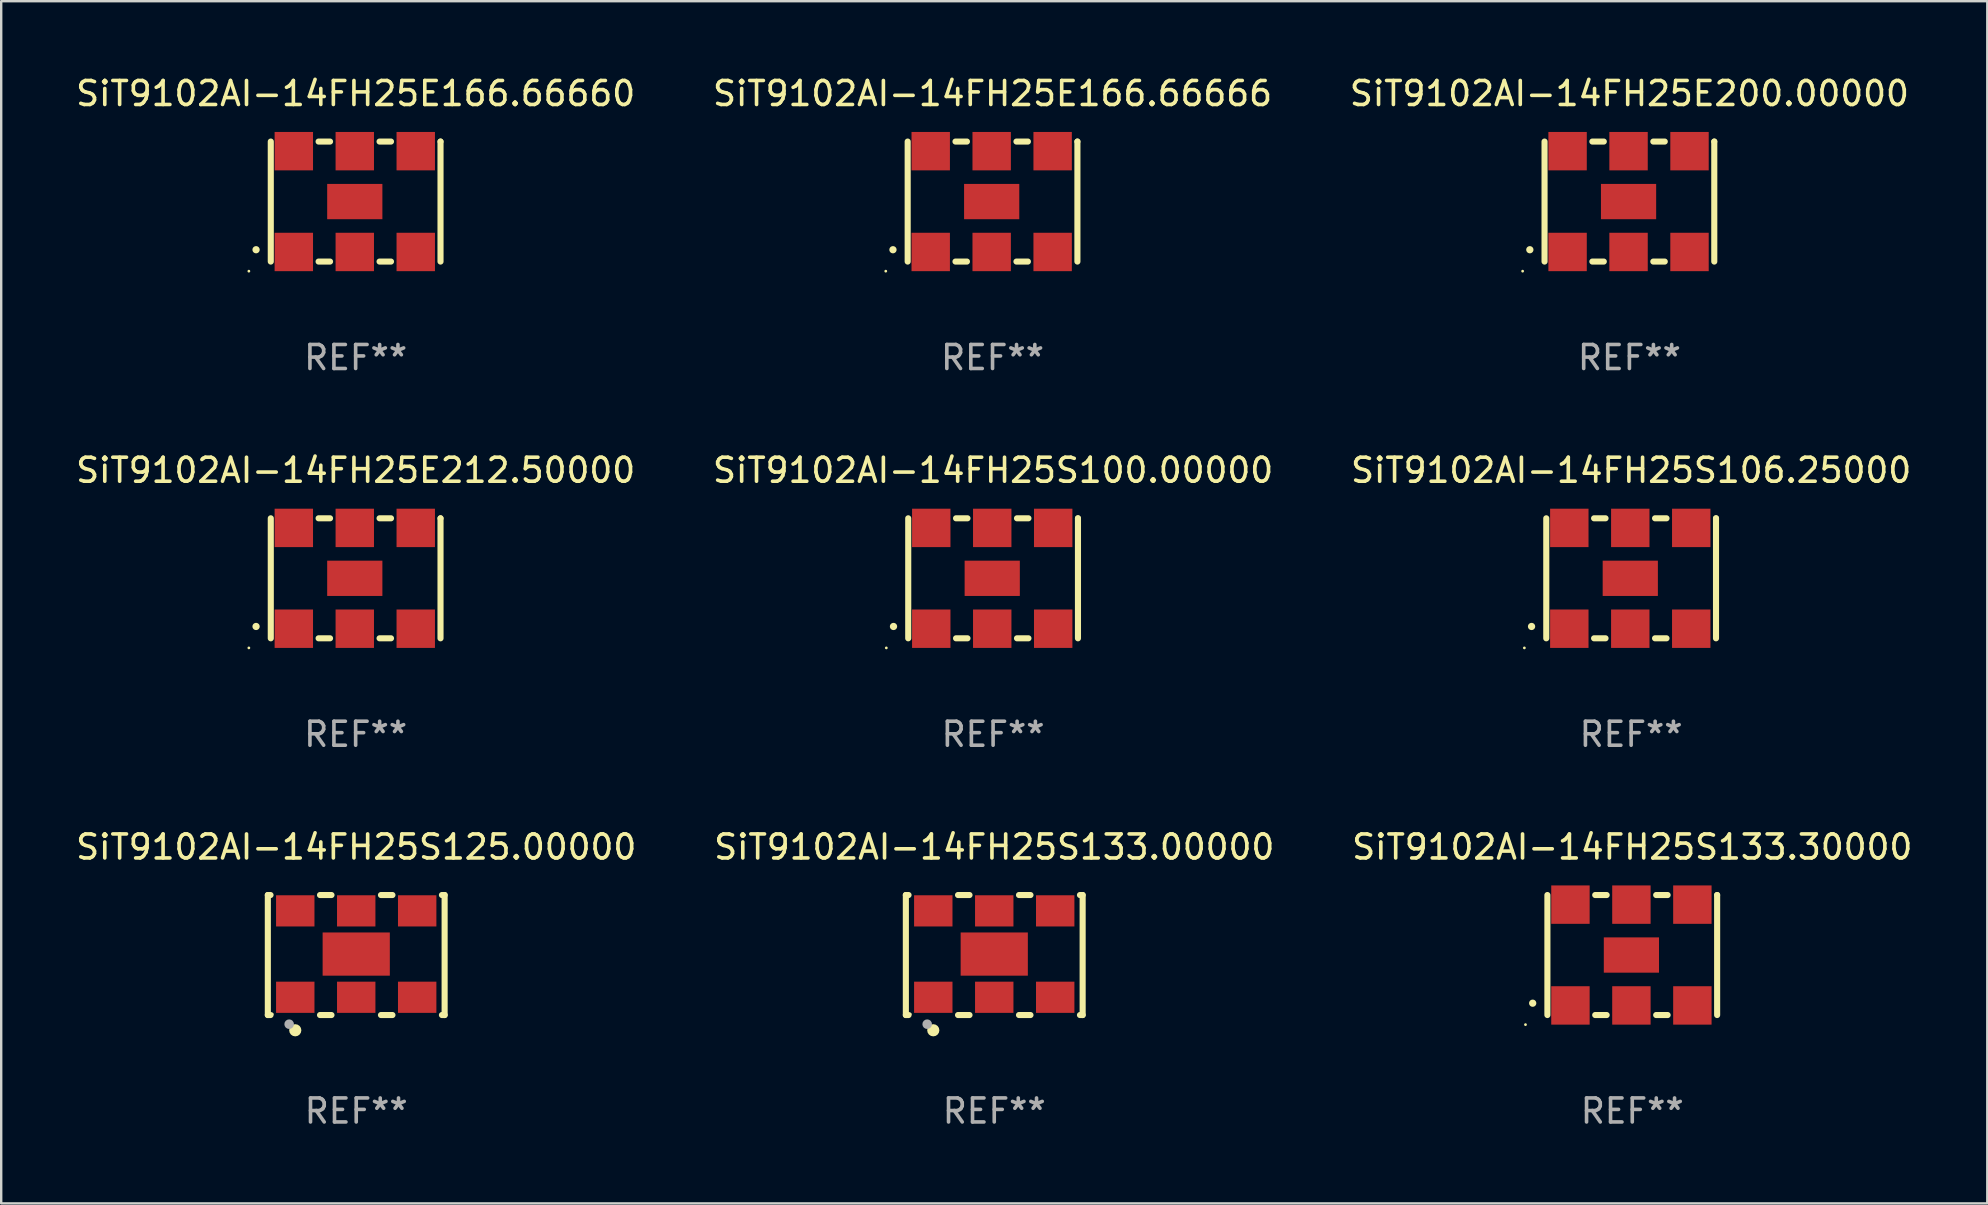
<source format=kicad_pcb>
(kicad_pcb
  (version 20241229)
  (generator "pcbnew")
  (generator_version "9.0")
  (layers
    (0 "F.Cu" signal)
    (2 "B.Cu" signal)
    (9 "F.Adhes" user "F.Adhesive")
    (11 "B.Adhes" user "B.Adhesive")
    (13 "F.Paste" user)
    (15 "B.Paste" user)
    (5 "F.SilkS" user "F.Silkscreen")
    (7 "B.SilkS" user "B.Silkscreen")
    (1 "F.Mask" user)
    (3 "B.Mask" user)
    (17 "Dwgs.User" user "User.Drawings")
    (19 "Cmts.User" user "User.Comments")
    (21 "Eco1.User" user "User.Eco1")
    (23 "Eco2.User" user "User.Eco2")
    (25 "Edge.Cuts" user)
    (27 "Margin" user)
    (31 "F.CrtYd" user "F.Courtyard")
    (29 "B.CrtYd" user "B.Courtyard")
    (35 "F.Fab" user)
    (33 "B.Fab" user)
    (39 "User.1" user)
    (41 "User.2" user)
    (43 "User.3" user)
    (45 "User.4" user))
  (footprint "SiT9102AI-14FH25S106.25000"
    (layer "F.Cu")
    (at 64.911 21.045)
    (property "Reference" "SiT9102AI-14FH25S106.25000" (at 0 -4.5 0) (layer "F.SilkS") (effects (font (size 1 1) (thickness 0.15))))
    (attr through_hole)
    (fp_line (start -3.536 -2.5) (end -3.536 2.5) (stroke (width 0.254) (type solid)) (layer "F.SilkS"))
    (fp_line (start -1.544 2.5) (end -1.067 2.5) (stroke (width 0.254) (type solid)) (layer "F.SilkS"))
    (fp_line (start -1.067 -2.5) (end -1.544 -2.5) (stroke (width 0.254) (type solid)) (layer "F.SilkS"))
    (fp_line (start 0.996 2.5) (end 1.473 2.5) (stroke (width 0.254) (type solid)) (layer "F.SilkS"))
    (fp_line (start 1.473 -2.5) (end 0.996 -2.5) (stroke (width 0.254) (type solid)) (layer "F.SilkS"))
    (fp_line (start 3.536 -2.5) (end 3.536 -2.5) (stroke (width 0.254) (type solid)) (layer "F.SilkS"))
    (fp_line (start 3.536 2.5) (end 3.536 -2.5) (stroke (width 0.254) (type solid)) (layer "F.SilkS"))
    (fp_arc (start -4.150432 2.006604) (mid -4.149162 2.006599) (end -4.147892 2.006604) (stroke (width 0.3) (type solid)) (layer "F.SilkS"))
    (fp_circle (center -4.449 2.9) (end -4.419 2.9) (stroke (width 0.06) (type solid)) (fill no) (layer "F.SilkS"))
    (fp_text user "REF**" (at 0 6.5 0) (layer "F.Fab") (effects (font (size 1 1) (thickness 0.15))))
    (pad "1" smd rect (at -2.576 2.1) (size 1.6 1.6) (layers "F.Cu" "F.Mask" "F.Paste"))
    (pad "2" smd rect (at -0.036 2.1) (size 1.6 1.6) (layers "F.Cu" "F.Mask" "F.Paste"))
    (pad "3" smd rect (at 2.504 2.1) (size 1.6 1.6) (layers "F.Cu" "F.Mask" "F.Paste"))
    (pad "4" smd rect (at 2.504 -2.1) (size 1.6 1.6) (layers "F.Cu" "F.Mask" "F.Paste"))
    (pad "5" smd rect (at -0.036 -2.1) (size 1.6 1.6) (layers "F.Cu" "F.Mask" "F.Paste"))
    (pad "6" smd rect (at -2.576 -2.1) (size 1.6 1.6) (layers "F.Cu" "F.Mask" "F.Paste"))
    (pad "7" smd rect (at -0.036 0) (size 2.3 1.47) (layers "F.Cu" "F.Mask" "F.Paste")))
  (footprint "SiT9102AI-14FH25E166.66660"
    (layer "F.Cu")
    (at 11.768 5.348)
    (property "Reference" "SiT9102AI-14FH25E166.66660" (at 0 -4.5 0) (layer "F.SilkS") (effects (font (size 1 1) (thickness 0.15))))
    (attr through_hole)
    (fp_line (start -3.536 -2.5) (end -3.536 2.5) (stroke (width 0.254) (type solid)) (layer "F.SilkS"))
    (fp_line (start -1.544 2.5) (end -1.067 2.5) (stroke (width 0.254) (type solid)) (layer "F.SilkS"))
    (fp_line (start -1.067 -2.5) (end -1.544 -2.5) (stroke (width 0.254) (type solid)) (layer "F.SilkS"))
    (fp_line (start 0.996 2.5) (end 1.473 2.5) (stroke (width 0.254) (type solid)) (layer "F.SilkS"))
    (fp_line (start 1.473 -2.5) (end 0.996 -2.5) (stroke (width 0.254) (type solid)) (layer "F.SilkS"))
    (fp_line (start 3.536 -2.5) (end 3.536 -2.5) (stroke (width 0.254) (type solid)) (layer "F.SilkS"))
    (fp_line (start 3.536 2.5) (end 3.536 -2.5) (stroke (width 0.254) (type solid)) (layer "F.SilkS"))
    (fp_arc (start -4.150432 2.006604) (mid -4.149162 2.006599) (end -4.147892 2.006604) (stroke (width 0.3) (type solid)) (layer "F.SilkS"))
    (fp_circle (center -4.449 2.9) (end -4.419 2.9) (stroke (width 0.06) (type solid)) (fill no) (layer "F.SilkS"))
    (fp_text user "REF**" (at 0 6.5 0) (layer "F.Fab") (effects (font (size 1 1) (thickness 0.15))))
    (pad "1" smd rect (at -2.576 2.1) (size 1.6 1.6) (layers "F.Cu" "F.Mask" "F.Paste"))
    (pad "2" smd rect (at -0.036 2.1) (size 1.6 1.6) (layers "F.Cu" "F.Mask" "F.Paste"))
    (pad "3" smd rect (at 2.504 2.1) (size 1.6 1.6) (layers "F.Cu" "F.Mask" "F.Paste"))
    (pad "4" smd rect (at 2.504 -2.1) (size 1.6 1.6) (layers "F.Cu" "F.Mask" "F.Paste"))
    (pad "5" smd rect (at -0.036 -2.1) (size 1.6 1.6) (layers "F.Cu" "F.Mask" "F.Paste"))
    (pad "6" smd rect (at -2.576 -2.1) (size 1.6 1.6) (layers "F.Cu" "F.Mask" "F.Paste"))
    (pad "7" smd rect (at -0.036 0) (size 2.3 1.47) (layers "F.Cu" "F.Mask" "F.Paste")))
  (footprint "SiT9102AI-14FH25E200.00000"
    (layer "F.Cu")
    (at 64.839 5.348)
    (property "Reference" "SiT9102AI-14FH25E200.00000" (at 0 -4.5 0) (layer "F.SilkS") (effects (font (size 1 1) (thickness 0.15))))
    (attr through_hole)
    (fp_line (start -3.536 -2.5) (end -3.536 2.5) (stroke (width 0.254) (type solid)) (layer "F.SilkS"))
    (fp_line (start -1.544 2.5) (end -1.067 2.5) (stroke (width 0.254) (type solid)) (layer "F.SilkS"))
    (fp_line (start -1.067 -2.5) (end -1.544 -2.5) (stroke (width 0.254) (type solid)) (layer "F.SilkS"))
    (fp_line (start 0.996 2.5) (end 1.473 2.5) (stroke (width 0.254) (type solid)) (layer "F.SilkS"))
    (fp_line (start 1.473 -2.5) (end 0.996 -2.5) (stroke (width 0.254) (type solid)) (layer "F.SilkS"))
    (fp_line (start 3.536 -2.5) (end 3.536 -2.5) (stroke (width 0.254) (type solid)) (layer "F.SilkS"))
    (fp_line (start 3.536 2.5) (end 3.536 -2.5) (stroke (width 0.254) (type solid)) (layer "F.SilkS"))
    (fp_arc (start -4.150432 2.006604) (mid -4.149162 2.006599) (end -4.147892 2.006604) (stroke (width 0.3) (type solid)) (layer "F.SilkS"))
    (fp_circle (center -4.449 2.9) (end -4.419 2.9) (stroke (width 0.06) (type solid)) (fill no) (layer "F.SilkS"))
    (fp_text user "REF**" (at 0 6.5 0) (layer "F.Fab") (effects (font (size 1 1) (thickness 0.15))))
    (pad "1" smd rect (at -2.576 2.1) (size 1.6 1.6) (layers "F.Cu" "F.Mask" "F.Paste"))
    (pad "2" smd rect (at -0.036 2.1) (size 1.6 1.6) (layers "F.Cu" "F.Mask" "F.Paste"))
    (pad "3" smd rect (at 2.504 2.1) (size 1.6 1.6) (layers "F.Cu" "F.Mask" "F.Paste"))
    (pad "4" smd rect (at 2.504 -2.1) (size 1.6 1.6) (layers "F.Cu" "F.Mask" "F.Paste"))
    (pad "5" smd rect (at -0.036 -2.1) (size 1.6 1.6) (layers "F.Cu" "F.Mask" "F.Paste"))
    (pad "6" smd rect (at -2.576 -2.1) (size 1.6 1.6) (layers "F.Cu" "F.Mask" "F.Paste"))
    (pad "7" smd rect (at -0.036 0) (size 2.3 1.47) (layers "F.Cu" "F.Mask" "F.Paste")))
  (footprint "SiT9102AI-14FH25E212.50000"
    (layer "F.Cu")
    (at 11.768 21.045)
    (property "Reference" "SiT9102AI-14FH25E212.50000" (at 0 -4.5 0) (layer "F.SilkS") (effects (font (size 1 1) (thickness 0.15))))
    (attr through_hole)
    (fp_line (start -3.536 -2.5) (end -3.536 2.5) (stroke (width 0.254) (type solid)) (layer "F.SilkS"))
    (fp_line (start -1.544 2.5) (end -1.067 2.5) (stroke (width 0.254) (type solid)) (layer "F.SilkS"))
    (fp_line (start -1.067 -2.5) (end -1.544 -2.5) (stroke (width 0.254) (type solid)) (layer "F.SilkS"))
    (fp_line (start 0.996 2.5) (end 1.473 2.5) (stroke (width 0.254) (type solid)) (layer "F.SilkS"))
    (fp_line (start 1.473 -2.5) (end 0.996 -2.5) (stroke (width 0.254) (type solid)) (layer "F.SilkS"))
    (fp_line (start 3.536 -2.5) (end 3.536 -2.5) (stroke (width 0.254) (type solid)) (layer "F.SilkS"))
    (fp_line (start 3.536 2.5) (end 3.536 -2.5) (stroke (width 0.254) (type solid)) (layer "F.SilkS"))
    (fp_arc (start -4.150432 2.006604) (mid -4.149162 2.006599) (end -4.147892 2.006604) (stroke (width 0.3) (type solid)) (layer "F.SilkS"))
    (fp_circle (center -4.449 2.9) (end -4.419 2.9) (stroke (width 0.06) (type solid)) (fill no) (layer "F.SilkS"))
    (fp_text user "REF**" (at 0 6.5 0) (layer "F.Fab") (effects (font (size 1 1) (thickness 0.15))))
    (pad "1" smd rect (at -2.576 2.1) (size 1.6 1.6) (layers "F.Cu" "F.Mask" "F.Paste"))
    (pad "2" smd rect (at -0.036 2.1) (size 1.6 1.6) (layers "F.Cu" "F.Mask" "F.Paste"))
    (pad "3" smd rect (at 2.504 2.1) (size 1.6 1.6) (layers "F.Cu" "F.Mask" "F.Paste"))
    (pad "4" smd rect (at 2.504 -2.1) (size 1.6 1.6) (layers "F.Cu" "F.Mask" "F.Paste"))
    (pad "5" smd rect (at -0.036 -2.1) (size 1.6 1.6) (layers "F.Cu" "F.Mask" "F.Paste"))
    (pad "6" smd rect (at -2.576 -2.1) (size 1.6 1.6) (layers "F.Cu" "F.Mask" "F.Paste"))
    (pad "7" smd rect (at -0.036 0) (size 2.3 1.47) (layers "F.Cu" "F.Mask" "F.Paste")))
  (footprint "SiT9102AI-14FH25S100.00000"
    (layer "F.Cu")
    (at 38.327 21.045)
    (property "Reference" "SiT9102AI-14FH25S100.00000" (at 0 -4.5 0) (layer "F.SilkS") (effects (font (size 1 1) (thickness 0.15))))
    (attr through_hole)
    (fp_line (start -3.536 -2.5) (end -3.536 2.5) (stroke (width 0.254) (type solid)) (layer "F.SilkS"))
    (fp_line (start -1.544 2.5) (end -1.067 2.5) (stroke (width 0.254) (type solid)) (layer "F.SilkS"))
    (fp_line (start -1.067 -2.5) (end -1.544 -2.5) (stroke (width 0.254) (type solid)) (layer "F.SilkS"))
    (fp_line (start 0.996 2.5) (end 1.473 2.5) (stroke (width 0.254) (type solid)) (layer "F.SilkS"))
    (fp_line (start 1.473 -2.5) (end 0.996 -2.5) (stroke (width 0.254) (type solid)) (layer "F.SilkS"))
    (fp_line (start 3.536 -2.5) (end 3.536 -2.5) (stroke (width 0.254) (type solid)) (layer "F.SilkS"))
    (fp_line (start 3.536 2.5) (end 3.536 -2.5) (stroke (width 0.254) (type solid)) (layer "F.SilkS"))
    (fp_arc (start -4.150432 2.006604) (mid -4.149162 2.006599) (end -4.147892 2.006604) (stroke (width 0.3) (type solid)) (layer "F.SilkS"))
    (fp_circle (center -4.449 2.9) (end -4.419 2.9) (stroke (width 0.06) (type solid)) (fill no) (layer "F.SilkS"))
    (fp_text user "REF**" (at 0 6.5 0) (layer "F.Fab") (effects (font (size 1 1) (thickness 0.15))))
    (pad "1" smd rect (at -2.576 2.1) (size 1.6 1.6) (layers "F.Cu" "F.Mask" "F.Paste"))
    (pad "2" smd rect (at -0.036 2.1) (size 1.6 1.6) (layers "F.Cu" "F.Mask" "F.Paste"))
    (pad "3" smd rect (at 2.504 2.1) (size 1.6 1.6) (layers "F.Cu" "F.Mask" "F.Paste"))
    (pad "4" smd rect (at 2.504 -2.1) (size 1.6 1.6) (layers "F.Cu" "F.Mask" "F.Paste"))
    (pad "5" smd rect (at -0.036 -2.1) (size 1.6 1.6) (layers "F.Cu" "F.Mask" "F.Paste"))
    (pad "6" smd rect (at -2.576 -2.1) (size 1.6 1.6) (layers "F.Cu" "F.Mask" "F.Paste"))
    (pad "7" smd rect (at -0.036 0) (size 2.3 1.47) (layers "F.Cu" "F.Mask" "F.Paste")))
  (footprint "SiT9102AI-14FH25S133.30000"
    (layer "F.Cu")
    (at 64.958 36.741)
    (property "Reference" "SiT9102AI-14FH25S133.30000" (at 0 -4.5 0) (layer "F.SilkS") (effects (font (size 1 1) (thickness 0.15))))
    (attr through_hole)
    (fp_line (start -3.536 -2.5) (end -3.536 2.5) (stroke (width 0.254) (type solid)) (layer "F.SilkS"))
    (fp_line (start -1.544 2.5) (end -1.067 2.5) (stroke (width 0.254) (type solid)) (layer "F.SilkS"))
    (fp_line (start -1.067 -2.5) (end -1.544 -2.5) (stroke (width 0.254) (type solid)) (layer "F.SilkS"))
    (fp_line (start 0.996 2.5) (end 1.473 2.5) (stroke (width 0.254) (type solid)) (layer "F.SilkS"))
    (fp_line (start 1.473 -2.5) (end 0.996 -2.5) (stroke (width 0.254) (type solid)) (layer "F.SilkS"))
    (fp_line (start 3.536 -2.5) (end 3.536 -2.5) (stroke (width 0.254) (type solid)) (layer "F.SilkS"))
    (fp_line (start 3.536 2.5) (end 3.536 -2.5) (stroke (width 0.254) (type solid)) (layer "F.SilkS"))
    (fp_arc (start -4.150432 2.006604) (mid -4.149162 2.006599) (end -4.147892 2.006604) (stroke (width 0.3) (type solid)) (layer "F.SilkS"))
    (fp_circle (center -4.449 2.9) (end -4.419 2.9) (stroke (width 0.06) (type solid)) (fill no) (layer "F.SilkS"))
    (fp_text user "REF**" (at 0 6.5 0) (layer "F.Fab") (effects (font (size 1 1) (thickness 0.15))))
    (pad "1" smd rect (at -2.576 2.1) (size 1.6 1.6) (layers "F.Cu" "F.Mask" "F.Paste"))
    (pad "2" smd rect (at -0.036 2.1) (size 1.6 1.6) (layers "F.Cu" "F.Mask" "F.Paste"))
    (pad "3" smd rect (at 2.504 2.1) (size 1.6 1.6) (layers "F.Cu" "F.Mask" "F.Paste"))
    (pad "4" smd rect (at 2.504 -2.1) (size 1.6 1.6) (layers "F.Cu" "F.Mask" "F.Paste"))
    (pad "5" smd rect (at -0.036 -2.1) (size 1.6 1.6) (layers "F.Cu" "F.Mask" "F.Paste"))
    (pad "6" smd rect (at -2.576 -2.1) (size 1.6 1.6) (layers "F.Cu" "F.Mask" "F.Paste"))
    (pad "7" smd rect (at -0.036 0) (size 2.3 1.47) (layers "F.Cu" "F.Mask" "F.Paste")))
  (footprint "SiT9102AI-14FH25S125.00000"
    (layer "F.Cu")
    (at 11.792 36.741)
    (property "Reference" "SiT9102AI-14FH25S125.00000" (at 0 -4.5 0) (layer "F.SilkS") (effects (font (size 1 1) (thickness 0.15))))
    (attr through_hole)
    (fp_line (start -3.683 -2.5) (end -3.571 -2.5) (stroke (width 0.254) (type solid)) (layer "F.SilkS"))
    (fp_line (start -3.683 2.5) (end -3.683 -2.5) (stroke (width 0.254) (type solid)) (layer "F.SilkS"))
    (fp_line (start -3.683 2.5) (end -3.571 2.5) (stroke (width 0.254) (type solid)) (layer "F.SilkS"))
    (fp_line (start -1.509 -2.5) (end -1.031 -2.5) (stroke (width 0.254) (type solid)) (layer "F.SilkS"))
    (fp_line (start -1.509 2.5) (end -1.031 2.5) (stroke (width 0.254) (type solid)) (layer "F.SilkS"))
    (fp_line (start 1.031 -2.5) (end 1.509 -2.5) (stroke (width 0.254) (type solid)) (layer "F.SilkS"))
    (fp_line (start 1.031 2.5) (end 1.509 2.5) (stroke (width 0.254) (type solid)) (layer "F.SilkS"))
    (fp_line (start 3.571 -2.5) (end 3.683 -2.5) (stroke (width 0.254) (type solid)) (layer "F.SilkS"))
    (fp_line (start 3.571 2.5) (end 3.683 2.5) (stroke (width 0.254) (type solid)) (layer "F.SilkS"))
    (fp_line (start 3.683 2.5) (end 3.683 -2.5) (stroke (width 0.254) (type solid)) (layer "F.SilkS"))
    (fp_circle (center -3.5 2.46) (end -3.47 2.46) (stroke (width 0.06) (type solid)) (fill no) (layer "F.SilkS"))
    (fp_circle (center -2.54 3.135) (end -2.413 3.135) (stroke (width 0.254) (type solid)) (fill no) (layer "F.SilkS"))
    (fp_circle (center -2.794 2.881) (end -2.694 2.881) (stroke (width 0.2) (type solid)) (fill no) (layer "F.Fab"))
    (fp_text user "REF**" (at 0 6.5 0) (layer "F.Fab") (effects (font (size 1 1) (thickness 0.15))))
    (pad "1" smd rect (at -2.54 1.76) (size 1.6 1.3) (layers "F.Cu" "F.Mask" "F.Paste"))
    (pad "2" smd rect (at 0 1.76) (size 1.6 1.3) (layers "F.Cu" "F.Mask" "F.Paste"))
    (pad "3" smd rect (at 2.54 1.76) (size 1.6 1.3) (layers "F.Cu" "F.Mask" "F.Paste"))
    (pad "4" smd rect (at 2.54 -1.84) (size 1.6 1.3) (layers "F.Cu" "F.Mask" "F.Paste"))
    (pad "5" smd rect (at 0 -1.84) (size 1.6 1.3) (layers "F.Cu" "F.Mask" "F.Paste"))
    (pad "6" smd rect (at -2.54 -1.84) (size 1.6 1.3) (layers "F.Cu" "F.Mask" "F.Paste"))
    (pad "7" smd rect (at 0 -0.04) (size 2.8 1.8) (layers "F.Cu" "F.Mask" "F.Paste")))
  (footprint "SiT9102AI-14FH25E166.66666"
    (layer "F.Cu")
    (at 38.304 5.348)
    (property "Reference" "SiT9102AI-14FH25E166.66666" (at 0 -4.5 0) (layer "F.SilkS") (effects (font (size 1 1) (thickness 0.15))))
    (attr through_hole)
    (fp_line (start -3.536 -2.5) (end -3.536 2.5) (stroke (width 0.254) (type solid)) (layer "F.SilkS"))
    (fp_line (start -1.544 2.5) (end -1.067 2.5) (stroke (width 0.254) (type solid)) (layer "F.SilkS"))
    (fp_line (start -1.067 -2.5) (end -1.544 -2.5) (stroke (width 0.254) (type solid)) (layer "F.SilkS"))
    (fp_line (start 0.996 2.5) (end 1.473 2.5) (stroke (width 0.254) (type solid)) (layer "F.SilkS"))
    (fp_line (start 1.473 -2.5) (end 0.996 -2.5) (stroke (width 0.254) (type solid)) (layer "F.SilkS"))
    (fp_line (start 3.536 -2.5) (end 3.536 -2.5) (stroke (width 0.254) (type solid)) (layer "F.SilkS"))
    (fp_line (start 3.536 2.5) (end 3.536 -2.5) (stroke (width 0.254) (type solid)) (layer "F.SilkS"))
    (fp_arc (start -4.150432 2.006604) (mid -4.149162 2.006599) (end -4.147892 2.006604) (stroke (width 0.3) (type solid)) (layer "F.SilkS"))
    (fp_circle (center -4.449 2.9) (end -4.419 2.9) (stroke (width 0.06) (type solid)) (fill no) (layer "F.SilkS"))
    (fp_text user "REF**" (at 0 6.5 0) (layer "F.Fab") (effects (font (size 1 1) (thickness 0.15))))
    (pad "1" smd rect (at -2.576 2.1) (size 1.6 1.6) (layers "F.Cu" "F.Mask" "F.Paste"))
    (pad "2" smd rect (at -0.036 2.1) (size 1.6 1.6) (layers "F.Cu" "F.Mask" "F.Paste"))
    (pad "3" smd rect (at 2.504 2.1) (size 1.6 1.6) (layers "F.Cu" "F.Mask" "F.Paste"))
    (pad "4" smd rect (at 2.504 -2.1) (size 1.6 1.6) (layers "F.Cu" "F.Mask" "F.Paste"))
    (pad "5" smd rect (at -0.036 -2.1) (size 1.6 1.6) (layers "F.Cu" "F.Mask" "F.Paste"))
    (pad "6" smd rect (at -2.576 -2.1) (size 1.6 1.6) (layers "F.Cu" "F.Mask" "F.Paste"))
    (pad "7" smd rect (at -0.036 0) (size 2.3 1.47) (layers "F.Cu" "F.Mask" "F.Paste")))
  (footprint "SiT9102AI-14FH25S133.00000"
    (layer "F.Cu")
    (at 38.375 36.741)
    (property "Reference" "SiT9102AI-14FH25S133.00000" (at 0 -4.5 0) (layer "F.SilkS") (effects (font (size 1 1) (thickness 0.15))))
    (attr through_hole)
    (fp_line (start -3.683 -2.5) (end -3.571 -2.5) (stroke (width 0.254) (type solid)) (layer "F.SilkS"))
    (fp_line (start -3.683 2.5) (end -3.683 -2.5) (stroke (width 0.254) (type solid)) (layer "F.SilkS"))
    (fp_line (start -3.683 2.5) (end -3.571 2.5) (stroke (width 0.254) (type solid)) (layer "F.SilkS"))
    (fp_line (start -1.509 -2.5) (end -1.031 -2.5) (stroke (width 0.254) (type solid)) (layer "F.SilkS"))
    (fp_line (start -1.509 2.5) (end -1.031 2.5) (stroke (width 0.254) (type solid)) (layer "F.SilkS"))
    (fp_line (start 1.031 -2.5) (end 1.509 -2.5) (stroke (width 0.254) (type solid)) (layer "F.SilkS"))
    (fp_line (start 1.031 2.5) (end 1.509 2.5) (stroke (width 0.254) (type solid)) (layer "F.SilkS"))
    (fp_line (start 3.571 -2.5) (end 3.683 -2.5) (stroke (width 0.254) (type solid)) (layer "F.SilkS"))
    (fp_line (start 3.571 2.5) (end 3.683 2.5) (stroke (width 0.254) (type solid)) (layer "F.SilkS"))
    (fp_line (start 3.683 2.5) (end 3.683 -2.5) (stroke (width 0.254) (type solid)) (layer "F.SilkS"))
    (fp_circle (center -3.5 2.46) (end -3.47 2.46) (stroke (width 0.06) (type solid)) (fill no) (layer "F.SilkS"))
    (fp_circle (center -2.54 3.135) (end -2.413 3.135) (stroke (width 0.254) (type solid)) (fill no) (layer "F.SilkS"))
    (fp_circle (center -2.794 2.881) (end -2.694 2.881) (stroke (width 0.2) (type solid)) (fill no) (layer "F.Fab"))
    (fp_text user "REF**" (at 0 6.5 0) (layer "F.Fab") (effects (font (size 1 1) (thickness 0.15))))
    (pad "1" smd rect (at -2.54 1.76) (size 1.6 1.3) (layers "F.Cu" "F.Mask" "F.Paste"))
    (pad "2" smd rect (at 0 1.76) (size 1.6 1.3) (layers "F.Cu" "F.Mask" "F.Paste"))
    (pad "3" smd rect (at 2.54 1.76) (size 1.6 1.3) (layers "F.Cu" "F.Mask" "F.Paste"))
    (pad "4" smd rect (at 2.54 -1.84) (size 1.6 1.3) (layers "F.Cu" "F.Mask" "F.Paste"))
    (pad "5" smd rect (at 0 -1.84) (size 1.6 1.3) (layers "F.Cu" "F.Mask" "F.Paste"))
    (pad "6" smd rect (at -2.54 -1.84) (size 1.6 1.3) (layers "F.Cu" "F.Mask" "F.Paste"))
    (pad "7" smd rect (at 0 -0.04) (size 2.8 1.8) (layers "F.Cu" "F.Mask" "F.Paste")))
  (gr_rect
    (start -3 -3)
    (end 79.75 47.09)
    (stroke (width 0.1) (type default))
    (fill no)
    (layer "Edge.Cuts")))
</source>
